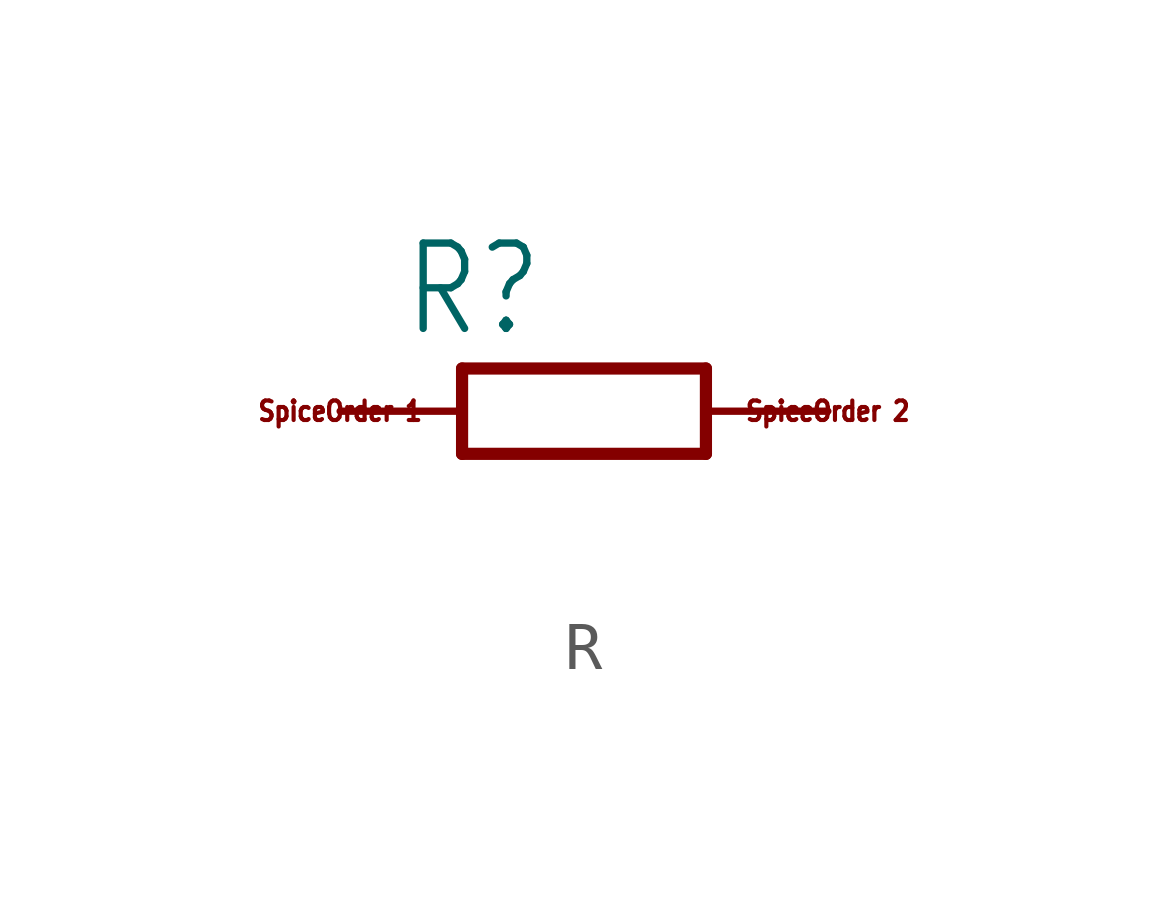
<source format=kicad_sym>
(kicad_symbol_lib
  (version 20220914)
  (generator kicad_symbol_editor)
  (symbol "R"
    (property "Reference" "R"
      (at -3.81 1.499 0)
      (effects (font (size 1.778 1.511)) (justify left bottom)))
    (property "Value" ""
      (at -3.81 -3.302 0)
      (effects (font (size 1.778 1.511)) (justify left bottom)))
    (property "ki_locked" ""
      (at 0 0 0)
      (effects (font (size 1.27 1.27))))
    (symbol "R_1_0"
      (polyline (pts (xy -2.54 -0.889) (xy -2.54 0.889)) (stroke (width 0.254) (type solid)) (fill (type none)))
      (polyline (pts (xy -2.54 -0.889) (xy 2.54 -0.889)) (stroke (width 0.254) (type solid)) (fill (type none)))
      (polyline (pts (xy 2.54 -0.889) (xy 2.54 0.889)) (stroke (width 0.254) (type solid)) (fill (type none)))
      (polyline (pts (xy 2.54 0.889) (xy -2.54 0.889)) (stroke (width 0.254) (type solid)) (fill (type none)))
      (text "SpiceOrder 1" (at -5.08 0 0) (effects (font (size 0.406 0.345))))
      (text "SpiceOrder 2" (at 5.08 0 0) (effects (font (size 0.406 0.345))))
      (pin passive line (at -5.08 0 0) (length 2.54) (name "1" (effects (font (size 0 0)))) (number "1" (effects (font (size 0 0)))))
      (pin passive line (at 5.08 0 180) (length 2.54) (name "2" (effects (font (size 0 0)))) (number "2" (effects (font (size 0 0))))))))
</source>
